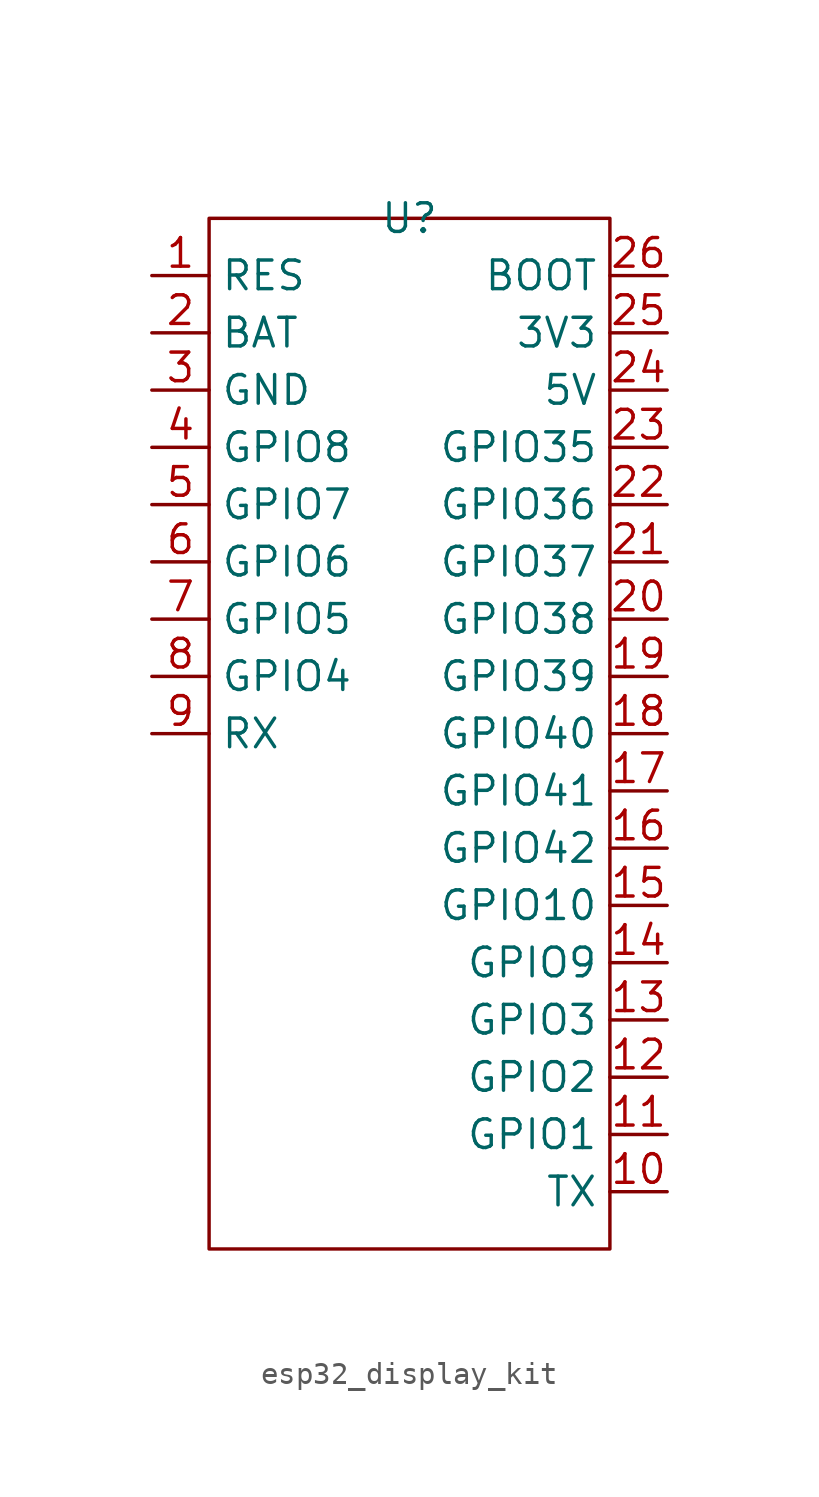
<source format=kicad_sym>
(kicad_symbol_lib
  (version 20231120)
  (generator "kicad_symbol_editor")
  (generator_version "8.0")
  (symbol "esp32_display_kit"
    (property "Reference" "U"
      (at 0 0 0)
      (effects (font (size 1.27 1.27))))
    (property "Value" ""
      (at 0 -1.27 0)
      (effects (font (size 1.27 1.27))))
    (symbol "esp32_display_kit_0_1"
      (rectangle (start -8.89 0) (end 8.89 -45.72) (stroke (width 0) (type default)) (fill (type none))))
    (symbol "esp32_display_kit_1_1"
      (pin input line (at -11.43 -2.54 0) (length 2.54) (name "RES" (effects (font (size 1.27 1.27)))) (number "1" (effects (font (size 1.27 1.27)))))
      (pin input line (at 11.43 -43.18 180) (length 2.54) (name "TX" (effects (font (size 1.27 1.27)))) (number "10" (effects (font (size 1.27 1.27)))))
      (pin input line (at 11.43 -40.64 180) (length 2.54) (name "GPIO1" (effects (font (size 1.27 1.27)))) (number "11" (effects (font (size 1.27 1.27)))))
      (pin input line (at 11.43 -38.1 180) (length 2.54) (name "GPIO2" (effects (font (size 1.27 1.27)))) (number "12" (effects (font (size 1.27 1.27)))))
      (pin input line (at 11.43 -35.56 180) (length 2.54) (name "GPIO3" (effects (font (size 1.27 1.27)))) (number "13" (effects (font (size 1.27 1.27)))))
      (pin input line (at 11.43 -33.02 180) (length 2.54) (name "GPIO9" (effects (font (size 1.27 1.27)))) (number "14" (effects (font (size 1.27 1.27)))))
      (pin input line (at 11.43 -30.48 180) (length 2.54) (name "GPIO10" (effects (font (size 1.27 1.27)))) (number "15" (effects (font (size 1.27 1.27)))))
      (pin input line (at 11.43 -27.94 180) (length 2.54) (name "GPIO42" (effects (font (size 1.27 1.27)))) (number "16" (effects (font (size 1.27 1.27)))))
      (pin input line (at 11.43 -25.4 180) (length 2.54) (name "GPIO41" (effects (font (size 1.27 1.27)))) (number "17" (effects (font (size 1.27 1.27)))))
      (pin input line (at 11.43 -22.86 180) (length 2.54) (name "GPIO40" (effects (font (size 1.27 1.27)))) (number "18" (effects (font (size 1.27 1.27)))))
      (pin input line (at 11.43 -20.32 180) (length 2.54) (name "GPIO39" (effects (font (size 1.27 1.27)))) (number "19" (effects (font (size 1.27 1.27)))))
      (pin input line (at -11.43 -5.08 0) (length 2.54) (name "BAT" (effects (font (size 1.27 1.27)))) (number "2" (effects (font (size 1.27 1.27)))))
      (pin input line (at 11.43 -17.78 180) (length 2.54) (name "GPIO38" (effects (font (size 1.27 1.27)))) (number "20" (effects (font (size 1.27 1.27)))))
      (pin input line (at 11.43 -15.24 180) (length 2.54) (name "GPIO37" (effects (font (size 1.27 1.27)))) (number "21" (effects (font (size 1.27 1.27)))))
      (pin input line (at 11.43 -12.7 180) (length 2.54) (name "GPIO36" (effects (font (size 1.27 1.27)))) (number "22" (effects (font (size 1.27 1.27)))))
      (pin input line (at 11.43 -10.16 180) (length 2.54) (name "GPIO35" (effects (font (size 1.27 1.27)))) (number "23" (effects (font (size 1.27 1.27)))))
      (pin input line (at 11.43 -7.62 180) (length 2.54) (name "5V" (effects (font (size 1.27 1.27)))) (number "24" (effects (font (size 1.27 1.27)))))
      (pin input line (at 11.43 -5.08 180) (length 2.54) (name "3V3" (effects (font (size 1.27 1.27)))) (number "25" (effects (font (size 1.27 1.27)))))
      (pin input line (at 11.43 -2.54 180) (length 2.54) (name "BOOT" (effects (font (size 1.27 1.27)))) (number "26" (effects (font (size 1.27 1.27)))))
      (pin input line (at -11.43 -7.62 0) (length 2.54) (name "GND" (effects (font (size 1.27 1.27)))) (number "3" (effects (font (size 1.27 1.27)))))
      (pin input line (at -11.43 -10.16 0) (length 2.54) (name "GPIO8" (effects (font (size 1.27 1.27)))) (number "4" (effects (font (size 1.27 1.27)))))
      (pin input line (at -11.43 -12.7 0) (length 2.54) (name "GPIO7" (effects (font (size 1.27 1.27)))) (number "5" (effects (font (size 1.27 1.27)))))
      (pin input line (at -11.43 -15.24 0) (length 2.54) (name "GPIO6" (effects (font (size 1.27 1.27)))) (number "6" (effects (font (size 1.27 1.27)))))
      (pin input line (at -11.43 -17.78 0) (length 2.54) (name "GPIO5" (effects (font (size 1.27 1.27)))) (number "7" (effects (font (size 1.27 1.27)))))
      (pin input line (at -11.43 -20.32 0) (length 2.54) (name "GPIO4" (effects (font (size 1.27 1.27)))) (number "8" (effects (font (size 1.27 1.27)))))
      (pin input line (at -11.43 -22.86 0) (length 2.54) (name "RX" (effects (font (size 1.27 1.27)))) (number "9" (effects (font (size 1.27 1.27))))))))
</source>
